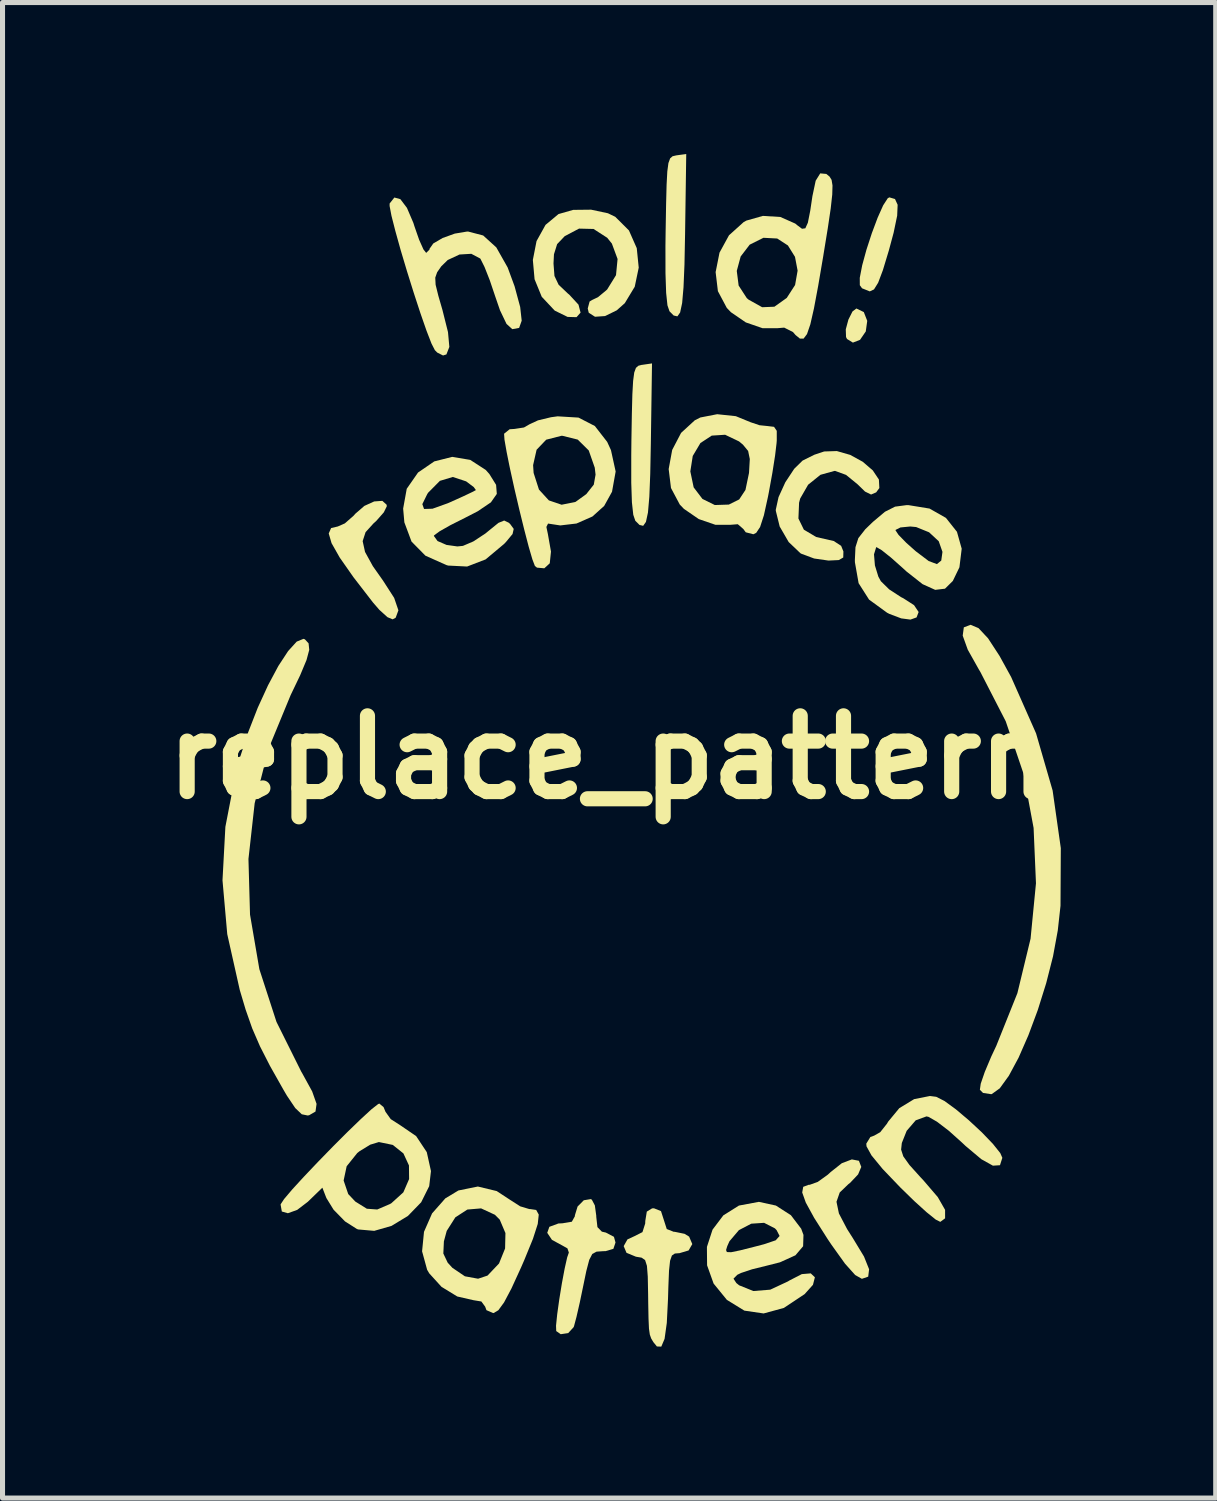
<source format=kicad_pcb>
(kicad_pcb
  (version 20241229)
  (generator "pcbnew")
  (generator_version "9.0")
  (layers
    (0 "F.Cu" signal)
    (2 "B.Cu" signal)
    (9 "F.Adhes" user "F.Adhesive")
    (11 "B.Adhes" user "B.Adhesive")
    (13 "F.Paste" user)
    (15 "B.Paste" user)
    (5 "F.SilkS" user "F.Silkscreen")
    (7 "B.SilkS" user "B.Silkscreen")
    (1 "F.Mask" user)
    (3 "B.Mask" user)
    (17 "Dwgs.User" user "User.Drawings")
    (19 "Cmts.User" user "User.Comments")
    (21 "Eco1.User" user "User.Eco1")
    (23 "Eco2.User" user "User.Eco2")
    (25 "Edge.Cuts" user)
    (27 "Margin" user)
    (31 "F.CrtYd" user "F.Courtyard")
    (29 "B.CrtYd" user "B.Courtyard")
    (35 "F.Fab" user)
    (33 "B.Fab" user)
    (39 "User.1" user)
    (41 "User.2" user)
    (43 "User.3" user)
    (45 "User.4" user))
  (footprint "replace_pattern"
    (layer "F.Cu")
    (at 9.764 13.95)
    (property "Reference" "replace_pattern" (at -0.75 -2 0) (layer "F.SilkS") (effects (font (size 1.5 1.5) (thickness 0.3))))
    (attr board_only exclude_from_pos_files exclude_from_bom)
    (fp_poly (pts (xy 4.295 -10.819) (xy 4.363 -10.645) (xy 4.334 -10.435) (xy 4.22 -10.269) (xy 4.079 -10.214) (xy 3.962 -10.286) (xy 3.943 -10.325) (xy 3.938 -10.477) (xy 3.99 -10.67) (xy 4.071 -10.831) (xy 4.148 -10.89)) (stroke (width 0) (type solid)) (fill yes) (layer "F.SilkS"))
    (fp_poly (pts (xy 4.913 -13.058) (xy 4.965 -12.944) (xy 4.956 -12.729) (xy 4.886 -12.392) (xy 4.791 -12.039) (xy 4.673 -11.649) (xy 4.579 -11.4) (xy 4.497 -11.268) (xy 4.415 -11.229) (xy 4.412 -11.229) (xy 4.26 -11.29) (xy 4.216 -11.351) (xy 4.215 -11.497) (xy 4.263 -11.745) (xy 4.347 -12.053) (xy 4.454 -12.381) (xy 4.569 -12.688) (xy 4.678 -12.932) (xy 4.769 -13.073) (xy 4.801 -13.091)) (stroke (width 0) (type solid)) (fill yes) (layer "F.SilkS"))
    (fp_poly (pts (xy 0.077 -8.215) (xy 0.065 -7.61) (xy 0.047 -7.16) (xy 0.02 -6.849) (xy -0.02 -6.663) (xy -0.075 -6.585) (xy -0.148 -6.603) (xy -0.231 -6.686) (xy -0.271 -6.804) (xy -0.298 -7.051) (xy -0.311 -7.439) (xy -0.311 -7.979) (xy -0.308 -8.276) (xy -0.299 -8.807) (xy -0.289 -9.192) (xy -0.274 -9.456) (xy -0.252 -9.622) (xy -0.218 -9.714) (xy -0.17 -9.756) (xy -0.104 -9.773) (xy -0.092 -9.774) (xy 0.1 -9.802)) (stroke (width 0) (type solid)) (fill yes) (layer "F.SilkS"))
    (fp_poly (pts (xy 0.755 -12.364) (xy 0.743 -11.759) (xy 0.724 -11.309) (xy 0.697 -10.998) (xy 0.657 -10.811) (xy 0.603 -10.734) (xy 0.529 -10.751) (xy 0.446 -10.835) (xy 0.406 -10.952) (xy 0.38 -11.199) (xy 0.367 -11.587) (xy 0.366 -12.128) (xy 0.37 -12.425) (xy 0.379 -12.956) (xy 0.389 -13.341) (xy 0.403 -13.604) (xy 0.425 -13.77) (xy 0.459 -13.863) (xy 0.507 -13.905) (xy 0.574 -13.921) (xy 0.585 -13.923) (xy 0.778 -13.95)) (stroke (width 0) (type solid)) (fill yes) (layer "F.SilkS"))
    (fp_poly (pts (xy -5.156 -7.003) (xy -5.153 -6.972) (xy -5.212 -6.852) (xy -5.359 -6.685) (xy -5.416 -6.633) (xy -5.573 -6.46) (xy -5.631 -6.282) (xy -5.584 -6.068) (xy -5.429 -5.786) (xy -5.228 -5.501) (xy -5.007 -5.158) (xy -4.923 -4.912) (xy -4.977 -4.765) (xy -5.038 -4.733) (xy -5.14 -4.776) (xy -5.3 -4.921) (xy -5.425 -5.065) (xy -5.812 -5.566) (xy -6.085 -5.956) (xy -6.247 -6.242) (xy -6.303 -6.434) (xy -6.256 -6.541) (xy -6.124 -6.572) (xy -5.985 -6.633) (xy -5.813 -6.783) (xy -5.775 -6.826) (xy -5.597 -6.98) (xy -5.403 -7.068) (xy -5.241 -7.08)) (stroke (width 0) (type solid)) (fill yes) (layer "F.SilkS"))
    (fp_poly (pts (xy 4.198 5.991) (xy 4.245 6.112) (xy 4.182 6.261) (xy 4.025 6.427) (xy 3.991 6.453) (xy 3.818 6.619) (xy 3.754 6.803) (xy 3.802 7.034) (xy 3.963 7.342) (xy 4.078 7.523) (xy 4.299 7.888) (xy 4.4 8.14) (xy 4.382 8.286) (xy 4.257 8.329) (xy 4.124 8.254) (xy 3.922 8.028) (xy 3.651 7.649) (xy 3.579 7.542) (xy 3.312 7.122) (xy 3.146 6.819) (xy 3.075 6.619) (xy 3.095 6.507) (xy 3.202 6.467) (xy 3.223 6.467) (xy 3.382 6.41) (xy 3.581 6.267) (xy 3.64 6.213) (xy 3.86 6.039) (xy 4.058 5.964)) (stroke (width 0) (type solid)) (fill yes) (layer "F.SilkS"))
    (fp_poly (pts (xy 6.567 -4.559) (xy 6.756 -4.357) (xy 6.983 -4.009) (xy 7.213 -3.591) (xy 7.707 -2.474) (xy 8.035 -1.342) (xy 8.197 -0.202) (xy 8.191 0.941) (xy 8.137 1.429) (xy 8.043 1.941) (xy 7.907 2.475) (xy 7.741 3.005) (xy 7.555 3.505) (xy 7.361 3.948) (xy 7.168 4.307) (xy 6.988 4.556) (xy 6.831 4.669) (xy 6.817 4.672) (xy 6.656 4.647) (xy 6.594 4.584) (xy 6.611 4.464) (xy 6.691 4.231) (xy 6.82 3.925) (xy 6.92 3.712) (xy 7.337 2.671) (xy 7.598 1.592) (xy 7.705 0.495) (xy 7.658 -0.601) (xy 7.458 -1.677) (xy 7.106 -2.714) (xy 6.603 -3.692) (xy 6.575 -3.738) (xy 6.354 -4.132) (xy 6.254 -4.41) (xy 6.276 -4.574) (xy 6.41 -4.625)) (stroke (width 0) (type solid)) (fill yes) (layer "F.SilkS"))
    (fp_poly (pts (xy 4.026 -7.99) (xy 4.274 -7.854) (xy 4.473 -7.683) (xy 4.594 -7.502) (xy 4.603 -7.334) (xy 4.54 -7.248) (xy 4.439 -7.205) (xy 4.319 -7.264) (xy 4.17 -7.409) (xy 3.943 -7.594) (xy 3.729 -7.672) (xy 3.715 -7.673) (xy 3.437 -7.596) (xy 3.192 -7.399) (xy 3.035 -7.126) (xy 3.013 -7.043) (xy 3 -6.73) (xy 3.108 -6.509) (xy 3.351 -6.364) (xy 3.7 -6.284) (xy 3.846 -6.189) (xy 3.891 -6.078) (xy 3.888 -5.958) (xy 3.8 -5.907) (xy 3.595 -5.897) (xy 3.311 -5.938) (xy 3.056 -6.033) (xy 3.039 -6.043) (xy 2.807 -6.264) (xy 2.629 -6.571) (xy 2.552 -6.883) (xy 2.552 -6.906) (xy 2.606 -7.153) (xy 2.74 -7.447) (xy 2.917 -7.715) (xy 3.082 -7.877) (xy 3.315 -7.993) (xy 3.51 -8.058) (xy 3.761 -8.066)) (stroke (width 0) (type solid)) (fill yes) (layer "F.SilkS"))
    (fp_poly (pts (xy -6.775 -4.337) (xy -6.702 -4.258) (xy -6.689 -4.129) (xy -6.743 -3.927) (xy -6.869 -3.625) (xy -7.057 -3.233) (xy -7.492 -2.178) (xy -7.77 -1.09) (xy -7.893 0.014) (xy -7.862 1.115) (xy -7.677 2.196) (xy -7.338 3.24) (xy -6.846 4.228) (xy -6.828 4.258) (xy -6.631 4.617) (xy -6.544 4.864) (xy -6.565 5.016) (xy -6.691 5.089) (xy -6.721 5.094) (xy -6.837 5.07) (xy -6.966 4.947) (xy -7.131 4.702) (xy -7.199 4.586) (xy -7.467 4.111) (xy -7.665 3.723) (xy -7.818 3.37) (xy -7.949 2.997) (xy -8.065 2.608) (xy -8.313 1.502) (xy -8.407 0.436) (xy -8.35 -0.623) (xy -8.14 -1.708) (xy -8.061 -1.996) (xy -7.898 -2.497) (xy -7.709 -2.982) (xy -7.505 -3.427) (xy -7.301 -3.809) (xy -7.107 -4.105) (xy -6.937 -4.292) (xy -6.803 -4.347)) (stroke (width 0) (type solid)) (fill yes) (layer "F.SilkS"))
    (fp_poly (pts (xy -1.092 6.761) (xy -1.032 6.875) (xy -1.004 7.08) (xy -1.004 7.101) (xy -0.981 7.305) (xy -0.893 7.395) (xy -0.814 7.413) (xy -0.654 7.497) (xy -0.623 7.61) (xy -0.665 7.735) (xy -0.817 7.78) (xy -0.874 7.782) (xy -0.999 7.791) (xy -1.083 7.837) (xy -1.143 7.953) (xy -1.201 8.174) (xy -1.261 8.464) (xy -1.331 8.8) (xy -1.396 9.084) (xy -1.444 9.264) (xy -1.452 9.286) (xy -1.56 9.404) (xy -1.708 9.426) (xy -1.797 9.364) (xy -1.801 9.258) (xy -1.778 9.033) (xy -1.737 8.738) (xy -1.685 8.419) (xy -1.63 8.126) (xy -1.58 7.904) (xy -1.547 7.809) (xy -1.575 7.726) (xy -1.655 7.681) (xy -1.882 7.557) (xy -1.975 7.418) (xy -1.933 7.299) (xy -1.754 7.233) (xy -1.672 7.229) (xy -1.488 7.198) (xy -1.428 7.09) (xy -1.427 7.07) (xy -1.374 6.897) (xy -1.251 6.773) (xy -1.114 6.75)) (stroke (width 0) (type solid)) (fill yes) (layer "F.SilkS"))
    (fp_poly (pts (xy 0.278 6.988) (xy 0.335 7.165) (xy 0.392 7.343) (xy 0.531 7.398) (xy 0.551 7.398) (xy 0.745 7.438) (xy 0.835 7.493) (xy 0.898 7.641) (xy 0.825 7.767) (xy 0.644 7.821) (xy 0.641 7.821) (xy 0.552 7.828) (xy 0.494 7.868) (xy 0.458 7.971) (xy 0.437 8.167) (xy 0.424 8.487) (xy 0.417 8.725) (xy 0.393 9.203) (xy 0.349 9.518) (xy 0.284 9.672) (xy 0.197 9.669) (xy 0.127 9.583) (xy 0.084 9.511) (xy 0.057 9.435) (xy 0.04 9.317) (xy 0.031 9.119) (xy 0.025 8.805) (xy 0.023 8.631) (xy 0.016 8.284) (xy -0.000477 8.072) (xy -0.037 7.958) (xy -0.106 7.91) (xy -0.218 7.891) (xy -0.221 7.89) (xy -0.405 7.814) (xy -0.461 7.681) (xy -0.386 7.548) (xy -0.245 7.483) (xy -0.089 7.404) (xy -0.035 7.234) (xy -0.033 7.183) (xy -0.003 6.998) (xy 0.101 6.934) (xy 0.139 6.932)) (stroke (width 0) (type solid)) (fill yes) (layer "F.SilkS"))
    (fp_poly (pts (xy -0.773 -12.776) (xy -0.628 -12.706) (xy -0.357 -12.436) (xy -0.202 -12.085) (xy -0.163 -11.699) (xy -0.242 -11.321) (xy -0.439 -10.995) (xy -0.599 -10.853) (xy -0.83 -10.74) (xy -1.029 -10.726) (xy -1.153 -10.806) (xy -1.173 -10.89) (xy -1.136 -11.028) (xy -1.085 -11.059) (xy -0.97 -11.114) (xy -0.807 -11.249) (xy -0.788 -11.267) (xy -0.613 -11.55) (xy -0.582 -11.87) (xy -0.695 -12.176) (xy -0.788 -12.291) (xy -1.058 -12.465) (xy -1.345 -12.472) (xy -1.628 -12.323) (xy -1.779 -12.165) (xy -1.842 -11.963) (xy -1.851 -11.781) (xy -1.832 -11.534) (xy -1.75 -11.361) (xy -1.565 -11.185) (xy -1.541 -11.166) (xy -1.356 -10.966) (xy -1.315 -10.808) (xy -1.395 -10.718) (xy -1.572 -10.723) (xy -1.823 -10.846) (xy -1.832 -10.853) (xy -2.084 -11.122) (xy -2.226 -11.469) (xy -2.26 -11.851) (xy -2.187 -12.225) (xy -2.009 -12.546) (xy -1.752 -12.76) (xy -1.461 -12.843) (xy -1.106 -12.847)) (stroke (width 0) (type solid)) (fill yes) (layer "F.SilkS"))
    (fp_poly (pts (xy 5.73 4.724) (xy 5.891 4.806) (xy 6.119 4.972) (xy 6.378 5.191) (xy 6.634 5.429) (xy 6.852 5.656) (xy 6.998 5.839) (xy 7.039 5.932) (xy 6.992 6.079) (xy 6.852 6.088) (xy 6.623 5.96) (xy 6.31 5.697) (xy 6.239 5.63) (xy 5.978 5.396) (xy 5.744 5.217) (xy 5.576 5.121) (xy 5.536 5.112) (xy 5.323 5.19) (xy 5.144 5.398) (xy 5.048 5.639) (xy 5.034 5.77) (xy 5.077 5.903) (xy 5.199 6.074) (xy 5.419 6.318) (xy 5.472 6.374) (xy 5.76 6.71) (xy 5.905 6.963) (xy 5.905 7.131) (xy 5.81 7.201) (xy 5.72 7.156) (xy 5.54 7.011) (xy 5.295 6.789) (xy 5.019 6.52) (xy 4.668 6.153) (xy 4.447 5.884) (xy 4.349 5.706) (xy 4.344 5.652) (xy 4.425 5.52) (xy 4.5 5.493) (xy 4.62 5.425) (xy 4.754 5.256) (xy 4.778 5.215) (xy 4.998 4.949) (xy 5.292 4.77) (xy 5.605 4.708)) (stroke (width 0) (type solid)) (fill yes) (layer "F.SilkS"))
    (fp_poly (pts (xy -2.976 6.591) (xy -2.712 6.764) (xy -2.511 6.893) (xy -2.332 6.947) (xy -2.315 6.947) (xy -2.194 6.965) (xy -2.143 7.057) (xy -2.163 7.242) (xy -2.258 7.537) (xy -2.43 7.958) (xy -2.494 8.105) (xy -2.684 8.52) (xy -2.83 8.796) (xy -2.943 8.951) (xy -3.036 9.006) (xy -3.048 9.007) (xy -3.179 8.95) (xy -3.205 8.88) (xy -3.28 8.778) (xy -3.438 8.752) (xy -3.757 8.679) (xy -4.069 8.488) (xy -4.312 8.221) (xy -4.354 8.15) (xy -4.442 7.828) (xy -4.033 7.828) (xy -3.947 8.009) (xy -3.854 8.111) (xy -3.606 8.279) (xy -3.345 8.327) (xy -3.158 8.265) (xy -2.93 8.025) (xy -2.81 7.728) (xy -2.803 7.423) (xy -2.916 7.157) (xy -3.011 7.061) (xy -3.285 6.934) (xy -3.557 6.957) (xy -3.795 7.111) (xy -3.966 7.38) (xy -4.022 7.587) (xy -4.033 7.828) (xy -4.442 7.828) (xy -4.454 7.785) (xy -4.416 7.398) (xy -4.256 7.033) (xy -3.993 6.735) (xy -3.734 6.579) (xy -3.349 6.501)) (stroke (width 0) (type solid)) (fill yes) (layer "F.SilkS"))
    (fp_poly (pts (xy 1.76 -8.757) (xy 2.055 -8.636) (xy 2.228 -8.578) (xy 2.383 -8.562) (xy 2.517 -8.546) (xy 2.571 -8.467) (xy 2.571 -8.277) (xy 2.567 -8.223) (xy 2.538 -7.979) (xy 2.484 -7.634) (xy 2.415 -7.254) (xy 2.398 -7.166) (xy 2.316 -6.793) (xy 2.241 -6.562) (xy 2.163 -6.445) (xy 2.107 -6.418) (xy 1.957 -6.457) (xy 1.908 -6.523) (xy 1.799 -6.617) (xy 1.659 -6.606) (xy 1.357 -6.605) (xy 1.026 -6.719) (xy 0.731 -6.922) (xy 0.65 -7.007) (xy 0.476 -7.334) (xy 0.436 -7.663) (xy 0.859 -7.663) (xy 0.925 -7.347) (xy 1.099 -7.118) (xy 1.344 -6.997) (xy 1.622 -7.006) (xy 1.827 -7.108) (xy 1.951 -7.296) (xy 2.021 -7.631) (xy 2.022 -7.645) (xy 2.037 -7.908) (xy 2.004 -8.068) (xy 1.901 -8.193) (xy 1.824 -8.257) (xy 1.548 -8.389) (xy 1.283 -8.372) (xy 1.059 -8.225) (xy 0.907 -7.969) (xy 0.859 -7.663) (xy 0.436 -7.663) (xy 0.43 -7.709) (xy 0.5 -8.089) (xy 0.676 -8.426) (xy 0.947 -8.675) (xy 1.057 -8.731) (xy 1.391 -8.796)) (stroke (width 0) (type solid)) (fill yes) (layer "F.SilkS"))
    (fp_poly (pts (xy 2.554 6.878) (xy 2.851 7.069) (xy 3.055 7.337) (xy 3.1 7.459) (xy 3.093 7.684) (xy 2.941 7.863) (xy 2.635 8.002) (xy 2.359 8.072) (xy 2.083 8.14) (xy 1.864 8.213) (xy 1.79 8.249) (xy 1.714 8.326) (xy 1.77 8.412) (xy 1.827 8.458) (xy 2.108 8.571) (xy 2.442 8.544) (xy 2.793 8.38) (xy 2.818 8.364) (xy 3.067 8.236) (xy 3.244 8.221) (xy 3.326 8.299) (xy 3.288 8.448) (xy 3.123 8.632) (xy 2.711 8.906) (xy 2.311 9.015) (xy 1.929 8.959) (xy 1.583 8.746) (xy 1.32 8.423) (xy 1.191 8.062) (xy 1.188 7.759) (xy 1.567 7.759) (xy 1.583 7.799) (xy 1.667 7.802) (xy 1.847 7.765) (xy 2.151 7.688) (xy 2.319 7.644) (xy 2.55 7.566) (xy 2.627 7.48) (xy 2.568 7.365) (xy 2.535 7.33) (xy 2.32 7.22) (xy 2.066 7.237) (xy 1.821 7.365) (xy 1.634 7.585) (xy 1.59 7.683) (xy 1.567 7.759) (xy 1.188 7.759) (xy 1.188 7.696) (xy 1.299 7.355) (xy 1.513 7.072) (xy 1.822 6.878) (xy 2.214 6.805) (xy 2.219 6.805)) (stroke (width 0) (type solid)) (fill yes) (layer "F.SilkS"))
    (fp_poly (pts (xy -5.217 4.928) (xy -5.179 5.02) (xy -5.075 5.166) (xy -4.888 5.286) (xy -4.572 5.502) (xy -4.361 5.82) (xy -4.278 6.195) (xy -4.313 6.494) (xy -4.472 6.813) (xy -4.735 7.084) (xy -5.06 7.281) (xy -5.402 7.379) (xy -5.72 7.351) (xy -5.745 7.342) (xy -5.98 7.192) (xy -6.207 6.96) (xy -6.35 6.728) (xy -6.429 6.524) (xy -6.717 6.803) (xy -6.928 6.964) (xy -7.112 7.03) (xy -7.232 6.996) (xy -7.256 6.861) (xy -7.254 6.851) (xy -7.188 6.75) (xy -7.027 6.56) (xy -6.864 6.382) (xy -6.008 6.382) (xy -5.917 6.65) (xy -5.776 6.799) (xy -5.548 6.941) (xy -5.342 6.956) (xy -5.091 6.848) (xy -5.062 6.831) (xy -4.825 6.616) (xy -4.711 6.353) (xy -4.714 6.083) (xy -4.824 5.845) (xy -5.034 5.677) (xy -5.31 5.62) (xy -5.481 5.672) (xy -5.693 5.802) (xy -5.739 5.839) (xy -5.948 6.1) (xy -6.008 6.382) (xy -6.864 6.382) (xy -6.795 6.307) (xy -6.518 6.015) (xy -6.221 5.71) (xy -5.928 5.417) (xy -5.665 5.163) (xy -5.456 4.971) (xy -5.326 4.869) (xy -5.301 4.858)) (stroke (width 0) (type solid)) (fill yes) (layer "F.SilkS"))
    (fp_poly (pts (xy -1.356 -8.729) (xy -1.032 -8.562) (xy -0.788 -8.248) (xy -0.713 -8.085) (xy -0.62 -7.661) (xy -0.692 -7.26) (xy -0.847 -6.98) (xy -1.08 -6.77) (xy -1.395 -6.631) (xy -1.717 -6.593) (xy -1.815 -6.608) (xy -1.959 -6.63) (xy -1.992 -6.563) (xy -1.963 -6.426) (xy -1.901 -6.075) (xy -1.925 -5.843) (xy -2.033 -5.744) (xy -2.178 -5.757) (xy -2.219 -5.789) (xy -2.269 -5.92) (xy -2.343 -6.174) (xy -2.432 -6.516) (xy -2.529 -6.91) (xy -2.625 -7.32) (xy -2.711 -7.711) (xy -2.727 -7.787) (xy -2.255 -7.787) (xy -2.245 -7.633) (xy -2.139 -7.303) (xy -1.943 -7.089) (xy -1.69 -7.003) (xy -1.415 -7.059) (xy -1.202 -7.213) (xy -1.053 -7.401) (xy -1.018 -7.599) (xy -1.034 -7.737) (xy -1.153 -8.078) (xy -1.371 -8.293) (xy -1.673 -8.368) (xy -1.696 -8.368) (xy -1.996 -8.291) (xy -2.186 -8.092) (xy -2.255 -7.787) (xy -2.727 -7.787) (xy -2.779 -8.046) (xy -2.822 -8.291) (xy -2.83 -8.409) (xy -2.829 -8.41) (xy -2.72 -8.498) (xy -2.626 -8.504) (xy -2.436 -8.533) (xy -2.327 -8.596) (xy -2.159 -8.674) (xy -1.901 -8.736) (xy -1.769 -8.754)) (stroke (width 0) (type solid)) (fill yes) (layer "F.SilkS"))
    (fp_poly (pts (xy -4.884 -13.055) (xy -4.754 -12.883) (xy -4.626 -12.584) (xy -4.606 -12.52) (xy -4.512 -12.25) (xy -4.427 -12.06) (xy -4.373 -11.991) (xy -4.308 -12.055) (xy -4.306 -12.073) (xy -4.232 -12.178) (xy -4.047 -12.286) (xy -3.807 -12.373) (xy -3.568 -12.413) (xy -3.542 -12.414) (xy -3.244 -12.336) (xy -2.984 -12.1) (xy -2.759 -11.702) (xy -2.622 -11.33) (xy -2.511 -10.92) (xy -2.481 -10.648) (xy -2.532 -10.505) (xy -2.664 -10.481) (xy -2.669 -10.482) (xy -2.782 -10.585) (xy -2.911 -10.855) (xy -3.007 -11.134) (xy -3.114 -11.451) (xy -3.217 -11.712) (xy -3.295 -11.868) (xy -3.303 -11.88) (xy -3.479 -11.973) (xy -3.713 -11.959) (xy -3.946 -11.85) (xy -4.074 -11.725) (xy -4.156 -11.607) (xy -4.193 -11.501) (xy -4.186 -11.361) (xy -4.132 -11.142) (xy -4.051 -10.862) (xy -3.941 -10.423) (xy -3.914 -10.129) (xy -3.972 -9.98) (xy -4.039 -9.959) (xy -4.154 -10.017) (xy -4.201 -10.065) (xy -4.268 -10.196) (xy -4.367 -10.452) (xy -4.487 -10.797) (xy -4.619 -11.2) (xy -4.753 -11.628) (xy -4.878 -12.046) (xy -4.983 -12.423) (xy -5.06 -12.725) (xy -5.097 -12.919) (xy -5.097 -12.969) (xy -5.003 -13.088)) (stroke (width 0) (type solid)) (fill yes) (layer "F.SilkS"))
    (fp_poly (pts (xy -3.5 -7.891) (xy -3.193 -7.692) (xy -3.121 -7.611) (xy -2.988 -7.397) (xy -2.974 -7.217) (xy -3.091 -7.05) (xy -3.351 -6.874) (xy -3.607 -6.742) (xy -3.893 -6.598) (xy -4.108 -6.476) (xy -4.215 -6.397) (xy -4.221 -6.385) (xy -4.148 -6.284) (xy -3.97 -6.207) (xy -3.755 -6.177) (xy -3.645 -6.188) (xy -3.439 -6.276) (xy -3.199 -6.434) (xy -3.127 -6.493) (xy -2.941 -6.644) (xy -2.828 -6.69) (xy -2.736 -6.646) (xy -2.708 -6.619) (xy -2.639 -6.524) (xy -2.662 -6.423) (xy -2.791 -6.267) (xy -2.829 -6.227) (xy -3.196 -5.92) (xy -3.562 -5.779) (xy -3.937 -5.798) (xy -3.972 -5.808) (xy -4.388 -5.994) (xy -4.663 -6.273) (xy -4.805 -6.654) (xy -4.829 -6.926) (xy -4.813 -7.015) (xy -4.449 -7.015) (xy -4.415 -6.919) (xy -4.248 -6.924) (xy -3.946 -7.032) (xy -3.902 -7.051) (xy -3.645 -7.167) (xy -3.459 -7.255) (xy -3.388 -7.293) (xy -3.43 -7.352) (xy -3.571 -7.458) (xy -3.582 -7.466) (xy -3.845 -7.553) (xy -4.101 -7.476) (xy -4.334 -7.241) (xy -4.351 -7.215) (xy -4.449 -7.015) (xy -4.813 -7.015) (xy -4.758 -7.319) (xy -4.534 -7.641) (xy -4.213 -7.861) (xy -3.857 -7.951)) (stroke (width 0) (type solid)) (fill yes) (layer "F.SilkS"))
    (fp_poly (pts (xy 5.597 -6.927) (xy 5.922 -6.742) (xy 6.14 -6.467) (xy 6.234 -6.132) (xy 6.189 -5.764) (xy 6.058 -5.493) (xy 5.903 -5.34) (xy 5.709 -5.317) (xy 5.459 -5.43) (xy 5.139 -5.682) (xy 5.063 -5.752) (xy 4.831 -5.958) (xy 4.649 -6.103) (xy 4.548 -6.162) (xy 4.54 -6.161) (xy 4.497 -6.021) (xy 4.515 -5.801) (xy 4.583 -5.579) (xy 4.633 -5.488) (xy 4.798 -5.326) (xy 5.033 -5.173) (xy 5.077 -5.151) (xy 5.29 -5.014) (xy 5.381 -4.878) (xy 5.34 -4.771) (xy 5.219 -4.728) (xy 5.036 -4.752) (xy 4.801 -4.841) (xy 4.756 -4.864) (xy 4.399 -5.124) (xy 4.192 -5.449) (xy 4.119 -5.863) (xy 4.118 -5.907) (xy 4.13 -6.162) (xy 4.187 -6.342) (xy 4.308 -6.496) (xy 4.923 -6.496) (xy 4.983 -6.406) (xy 5.139 -6.246) (xy 5.325 -6.081) (xy 5.58 -5.888) (xy 5.743 -5.827) (xy 5.829 -5.897) (xy 5.853 -6.069) (xy 5.779 -6.28) (xy 5.588 -6.457) (xy 5.332 -6.561) (xy 5.216 -6.572) (xy 5.021 -6.553) (xy 4.925 -6.505) (xy 4.923 -6.496) (xy 4.308 -6.496) (xy 4.321 -6.514) (xy 4.475 -6.663) (xy 4.714 -6.864) (xy 4.914 -6.965) (xy 5.14 -6.995) (xy 5.181 -6.995)) (stroke (width 0) (type solid)) (fill yes) (layer "F.SilkS"))
    (fp_poly (pts (xy 3.552 -13.555) (xy 3.617 -13.502) (xy 3.657 -13.437) (xy 3.675 -13.327) (xy 3.67 -13.147) (xy 3.64 -12.874) (xy 3.582 -12.482) (xy 3.495 -11.949) (xy 3.493 -11.935) (xy 3.391 -11.336) (xy 3.307 -10.888) (xy 3.236 -10.576) (xy 3.17 -10.383) (xy 3.103 -10.294) (xy 3.03 -10.293) (xy 2.943 -10.364) (xy 2.891 -10.424) (xy 2.718 -10.511) (xy 2.589 -10.5) (xy 2.288 -10.5) (xy 1.958 -10.614) (xy 1.663 -10.816) (xy 1.581 -10.902) (xy 1.405 -11.233) (xy 1.36 -11.612) (xy 1.365 -11.634) (xy 1.779 -11.634) (xy 1.816 -11.344) (xy 1.977 -11.096) (xy 2.013 -11.065) (xy 2.282 -10.915) (xy 2.524 -10.925) (xy 2.767 -11.098) (xy 2.768 -11.098) (xy 2.934 -11.355) (xy 2.984 -11.639) (xy 2.932 -11.913) (xy 2.792 -12.138) (xy 2.58 -12.276) (xy 2.31 -12.29) (xy 2.305 -12.289) (xy 2.035 -12.154) (xy 1.856 -11.92) (xy 1.779 -11.634) (xy 1.365 -11.634) (xy 1.437 -11.996) (xy 1.625 -12.34) (xy 1.914 -12.6) (xy 1.969 -12.631) (xy 2.297 -12.724) (xy 2.643 -12.702) (xy 2.937 -12.572) (xy 2.978 -12.538) (xy 3.071 -12.469) (xy 3.137 -12.478) (xy 3.187 -12.589) (xy 3.234 -12.826) (xy 3.277 -13.114) (xy 3.342 -13.421) (xy 3.432 -13.566)) (stroke (width 0) (type solid)) (fill yes) (layer "F.SilkS")))
  (gr_rect
    (start -3 -3)
    (end 21.029 26.622)
    (stroke (width 0.1) (type default))
    (fill no)
    (layer "Edge.Cuts")))
</source>
